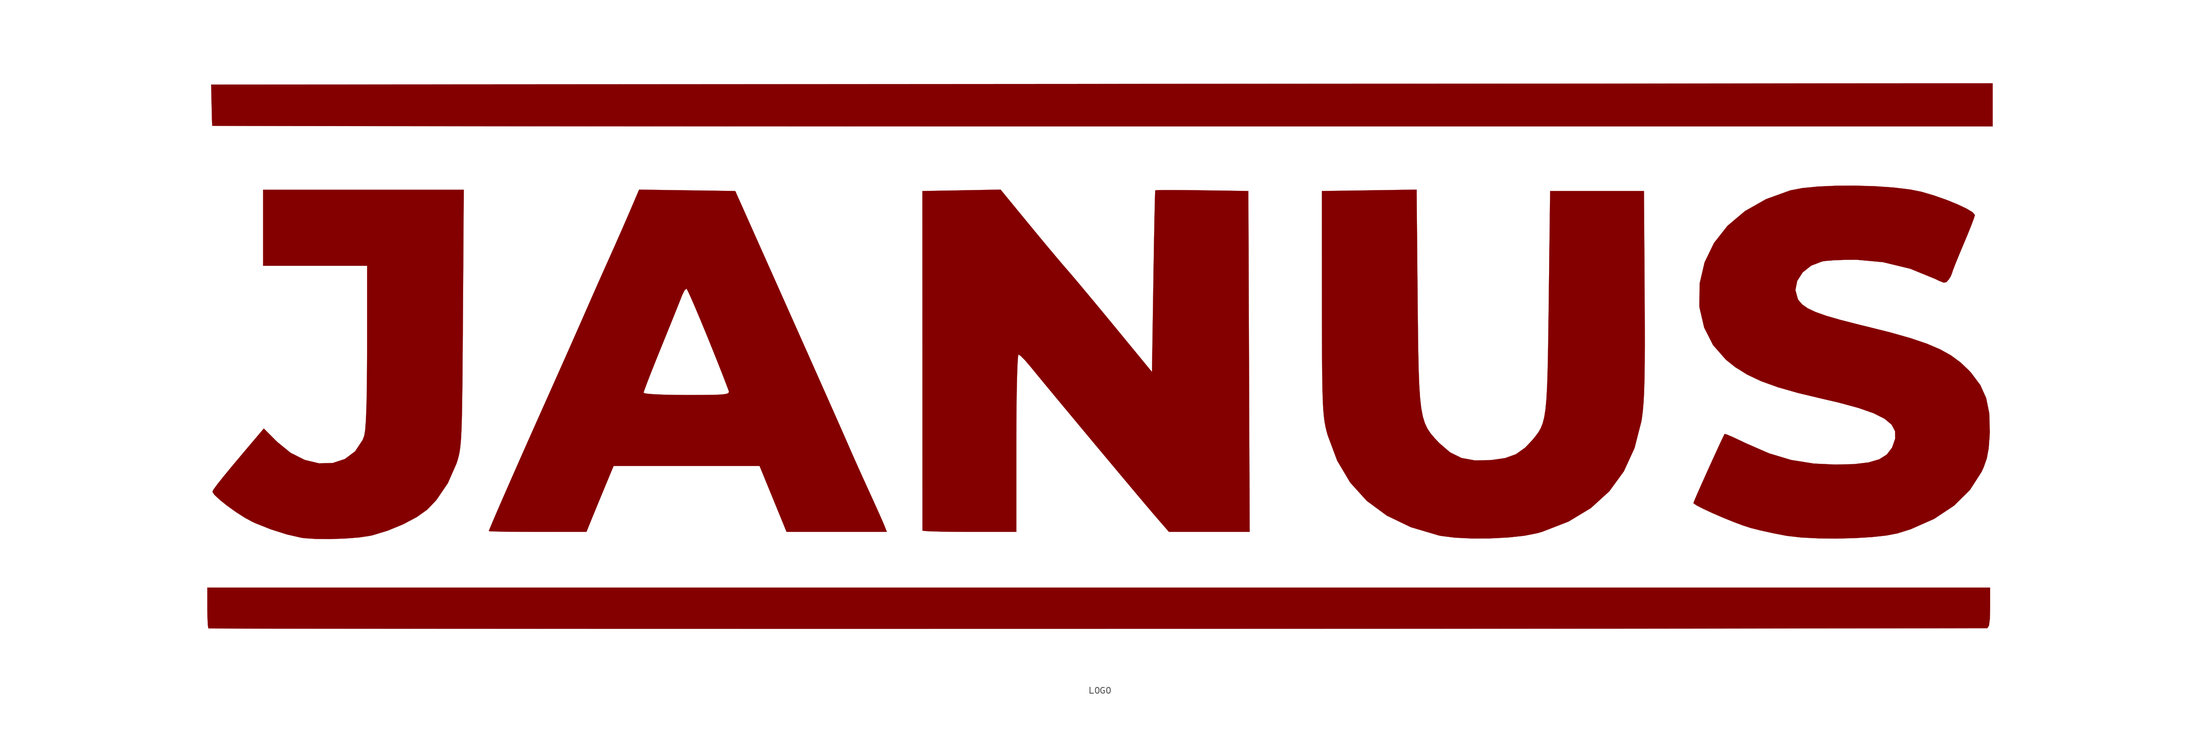
<source format=kicad_sym>
(kicad_symbol_lib
  (version 20220914)
  (generator "bitmap2component")
  (generator_version "8.0")
  (symbol "LOGO"
    (pin_names
      (offset 1.016))
    (property "Reference" "#G"
      (at 0 43.815 0)
      (effects (font (size 1.27 1.27)) hide))
    (symbol "LOGO_0_0"
      (polyline (pts (xy -25.123 -38.194) (xy -17.046 -38.193) (xy -8.894 -38.192) (xy -0.696 -38.19) (xy 7.517 -38.189) (xy 15.715 -38.187) (xy 23.868 -38.184) (xy 31.945 -38.181) (xy 39.916 -38.178) (xy 47.75 -38.175) (xy 55.417 -38.171) (xy 62.888 -38.167) (xy 70.131 -38.162) (xy 77.117 -38.158) (xy 83.814 -38.153) (xy 90.193 -38.147) (xy 96.223 -38.141) (xy 101.875 -38.135) (xy 107.117 -38.129) (xy 111.919 -38.123) (xy 116.251 -38.116) (xy 120.083 -38.108) (xy 123.384 -38.101) (xy 123.449 -38.088) (xy 123.666 -37.728) (xy 123.787 -36.816) (xy 123.825 -35.278) (xy 123.825 -32.456) (xy -0.176 -32.456) (xy -124.178 -32.456) (xy -124.178 -35.219) (xy -124.177 -35.544) (xy -124.152 -36.809) (xy -124.1 -37.732) (xy -124.031 -38.129) (xy -123.823 -38.135) (xy -122.95 -38.142) (xy -121.425 -38.148) (xy -119.279 -38.154) (xy -116.541 -38.159) (xy -113.242 -38.164) (xy -109.413 -38.169) (xy -105.082 -38.173) (xy -100.282 -38.177) (xy -95.042 -38.18) (xy -89.392 -38.183) (xy -83.364 -38.186) (xy -76.986 -38.188) (xy -70.29 -38.19) (xy -63.306 -38.192) (xy -56.063 -38.193) (xy -48.594 -38.194) (xy -40.927 -38.194) (xy -33.093 -38.194) (xy -25.123 -38.194)) (stroke (width 0.01) (type default)) (fill (type outline)))
      (polyline (pts (xy -104.999 -25.621) (xy -103.07 -25.47) (xy -101.556 -25.245) (xy -101.15 -25.153) (xy -99.052 -24.512) (xy -96.936 -23.637) (xy -95.043 -22.635) (xy -93.611 -21.617) (xy -92.324 -20.281) (xy -90.718 -17.912) (xy -89.525 -15.199) (xy -89.36 -14.691) (xy -89.211 -14.155) (xy -89.088 -13.562) (xy -88.986 -12.847) (xy -88.904 -11.947) (xy -88.838 -10.794) (xy -88.785 -9.326) (xy -88.744 -7.477) (xy -88.71 -5.182) (xy -88.681 -2.377) (xy -88.654 1.005) (xy -88.626 5.027) (xy -88.506 22.931) (xy -102.461 22.931) (xy -116.417 22.931) (xy -116.417 17.639) (xy -116.417 12.347) (xy -109.185 12.347) (xy -101.953 12.347) (xy -101.953 1.111) (xy -101.955 -0.353) (xy -101.979 -3.937) (xy -102.031 -6.83) (xy -102.111 -9.027) (xy -102.219 -10.527) (xy -102.354 -11.324) (xy -102.585 -11.917) (xy -103.621 -13.481) (xy -105.038 -14.547) (xy -106.74 -15.107) (xy -108.63 -15.156) (xy -110.612 -14.686) (xy -112.591 -13.691) (xy -114.469 -12.163) (xy -116.324 -10.308) (xy -118.457 -12.827) (xy -118.979 -13.444) (xy -120.676 -15.466) (xy -121.944 -17.005) (xy -122.813 -18.098) (xy -123.312 -18.785) (xy -123.472 -19.1) (xy -123.204 -19.527) (xy -122.477 -20.213) (xy -121.438 -21.045) (xy -120.236 -21.909) (xy -119.017 -22.694) (xy -117.929 -23.29) (xy -117.492 -23.491) (xy -115.356 -24.341) (xy -113.116 -25.052) (xy -111.125 -25.509) (xy -110.711 -25.567) (xy -109.077 -25.677) (xy -107.087 -25.692) (xy -104.999 -25.621)) (stroke (width 0.01) (type default)) (fill (type outline)))
      (polyline (pts (xy 54.288 -25.603) (xy 56.803 -25.472) (xy 59.066 -25.227) (xy 60.854 -24.872) (xy 61.539 -24.674) (xy 65.175 -23.262) (xy 68.277 -21.389) (xy 70.843 -19.059) (xy 72.872 -16.272) (xy 74.361 -13.031) (xy 75.308 -9.337) (xy 75.385 -8.864) (xy 75.513 -7.854) (xy 75.614 -6.673) (xy 75.689 -5.243) (xy 75.742 -3.49) (xy 75.774 -1.335) (xy 75.787 1.296) (xy 75.783 4.48) (xy 75.763 8.293) (xy 75.671 22.754) (xy 69.144 22.754) (xy 62.618 22.754) (xy 62.426 7.408) (xy 62.379 3.776) (xy 62.329 0.482) (xy 62.272 -2.237) (xy 62.199 -4.449) (xy 62.102 -6.221) (xy 61.972 -7.622) (xy 61.802 -8.718) (xy 61.583 -9.579) (xy 61.307 -10.271) (xy 60.965 -10.862) (xy 60.549 -11.42) (xy 60.051 -12.012) (xy 59.14 -12.97) (xy 57.866 -13.88) (xy 56.358 -14.422) (xy 54.389 -14.704) (xy 52.137 -14.745) (xy 50.283 -14.406) (xy 48.699 -13.623) (xy 47.204 -12.336) (xy 47.202 -12.334) (xy 46.553 -11.65) (xy 46.009 -11.008) (xy 45.562 -10.34) (xy 45.2 -9.579) (xy 44.913 -8.657) (xy 44.693 -7.505) (xy 44.528 -6.056) (xy 44.408 -4.241) (xy 44.324 -1.992) (xy 44.265 0.757) (xy 44.221 4.077) (xy 44.182 8.033) (xy 44.043 22.946) (xy 37.456 22.85) (xy 30.868 22.754) (xy 30.874 7.232) (xy 30.874 6.347) (xy 30.879 2.717) (xy 30.89 -0.295) (xy 30.911 -2.761) (xy 30.943 -4.753) (xy 30.99 -6.342) (xy 31.055 -7.6) (xy 31.139 -8.599) (xy 31.246 -9.411) (xy 31.378 -10.107) (xy 31.537 -10.76) (xy 31.67 -11.24) (xy 32.995 -14.786) (xy 34.801 -17.826) (xy 37.103 -20.375) (xy 39.913 -22.443) (xy 43.247 -24.045) (xy 47.117 -25.192) (xy 47.457 -25.262) (xy 49.392 -25.503) (xy 51.743 -25.616) (xy 54.288 -25.603)) (stroke (width 0.01) (type default)) (fill (type outline)))
      (polyline (pts (xy 104.94 -25.566) (xy 107.34 -25.422) (xy 109.404 -25.199) (xy 110.949 -24.9) (xy 112.773 -24.329) (xy 116.04 -22.884) (xy 118.803 -21.051) (xy 121.014 -18.866) (xy 122.626 -16.362) (xy 122.918 -15.732) (xy 123.361 -14.476) (xy 123.62 -13.088) (xy 123.76 -11.283) (xy 123.78 -10.779) (xy 123.707 -8.2) (xy 123.28 -6.073) (xy 122.45 -4.237) (xy 121.17 -2.534) (xy 120.87 -2.208) (xy 119.706 -1.102) (xy 118.405 -0.141) (xy 116.875 0.714) (xy 115.02 1.505) (xy 112.749 2.275) (xy 109.967 3.064) (xy 106.58 3.913) (xy 105.588 4.154) (xy 103.006 4.814) (xy 101.008 5.394) (xy 99.51 5.925) (xy 98.429 6.44) (xy 97.68 6.971) (xy 97.18 7.55) (xy 97.076 7.724) (xy 96.74 8.967) (xy 96.991 10.243) (xy 97.749 11.422) (xy 98.934 12.368) (xy 100.464 12.951) (xy 100.874 13.015) (xy 102.077 13.115) (xy 103.632 13.174) (xy 105.304 13.181) (xy 108.923 12.849) (xy 112.708 11.934) (xy 116.216 10.503) (xy 116.702 10.26) (xy 117.359 10.001) (xy 117.737 10.062) (xy 118.068 10.435) (xy 118.346 10.868) (xy 118.533 11.341) (xy 118.642 11.692) (xy 118.979 12.571) (xy 119.491 13.829) (xy 120.121 15.327) (xy 120.691 16.687) (xy 121.219 18.002) (xy 121.576 18.96) (xy 121.708 19.418) (xy 121.708 19.42) (xy 121.389 19.798) (xy 120.526 20.317) (xy 119.253 20.919) (xy 117.702 21.545) (xy 116.007 22.139) (xy 114.3 22.642) (xy 112.737 22.958) (xy 110.482 23.234) (xy 107.897 23.416) (xy 105.155 23.502) (xy 102.426 23.49) (xy 99.881 23.377) (xy 97.691 23.163) (xy 96.028 22.845) (xy 92.65 21.623) (xy 89.715 19.96) (xy 87.288 17.909) (xy 85.406 15.516) (xy 84.103 12.826) (xy 83.416 9.885) (xy 83.381 6.737) (xy 83.406 6.493) (xy 84.044 3.745) (xy 85.279 1.308) (xy 87.068 -0.73) (xy 88.362 -1.762) (xy 90.021 -2.799) (xy 91.964 -3.718) (xy 94.295 -4.559) (xy 97.119 -5.366) (xy 100.542 -6.182) (xy 102.73 -6.691) (xy 105.484 -7.436) (xy 107.604 -8.178) (xy 109.136 -8.946) (xy 110.12 -9.77) (xy 110.6 -10.68) (xy 110.62 -11.704) (xy 110.221 -12.873) (xy 110.155 -13.005) (xy 109.459 -13.922) (xy 108.41 -14.586) (xy 106.925 -15.024) (xy 104.918 -15.262) (xy 102.306 -15.325) (xy 99.297 -15.187) (xy 96.133 -14.684) (xy 93.056 -13.754) (xy 89.803 -12.334) (xy 89.211 -12.046) (xy 88.058 -11.507) (xy 87.237 -11.155) (xy 86.899 -11.055) (xy 86.881 -11.082) (xy 86.643 -11.554) (xy 86.198 -12.5) (xy 85.608 -13.78) (xy 84.936 -15.255) (xy 84.245 -16.786) (xy 83.597 -18.233) (xy 83.058 -19.457) (xy 82.687 -20.32) (xy 82.55 -20.681) (xy 82.574 -20.727) (xy 83.032 -21.035) (xy 83.962 -21.51) (xy 85.214 -22.089) (xy 86.642 -22.707) (xy 88.096 -23.298) (xy 89.429 -23.799) (xy 90.491 -24.144) (xy 90.512 -24.15) (xy 91.963 -24.514) (xy 93.726 -24.901) (xy 95.426 -25.229) (xy 95.634 -25.263) (xy 97.551 -25.478) (xy 99.862 -25.597) (xy 102.387 -25.625) (xy 104.94 -25.566)) (stroke (width 0.01) (type default)) (fill (type outline)))
      (polyline (pts (xy -29.958 -23.901) (xy -29.977 -23.852) (xy -30.271 -23.165) (xy -30.784 -22.007) (xy -31.451 -20.526) (xy -32.204 -18.874) (xy -33.017 -17.087) (xy -33.832 -15.277) (xy -34.541 -13.686) (xy -35.047 -12.524) (xy -35.093 -12.416) (xy -35.472 -11.551) (xy -36.099 -10.127) (xy -36.945 -8.216) (xy -37.977 -5.888) (xy -39.165 -3.214) (xy -40.476 -0.266) (xy -41.88 2.887) (xy -43.344 6.174) (xy -50.737 22.754) (xy -57.426 22.85) (xy -64.115 22.945) (xy -65.44 19.851) (xy -65.757 19.116) (xy -66.595 17.193) (xy -67.51 15.118) (xy -68.354 13.229) (xy -68.979 11.834) (xy -69.917 9.724) (xy -70.898 7.503) (xy -71.791 5.468) (xy -72.179 4.582) (xy -73.001 2.72) (xy -74.002 0.456) (xy -75.119 -2.057) (xy -76.282 -4.67) (xy -76.582 -5.343) (xy -63.5 -5.343) (xy -63.5 -5.341) (xy -63.37 -4.927) (xy -63.014 -3.969) (xy -62.472 -2.574) (xy -61.788 -0.85) (xy -61.003 1.096) (xy -60.231 2.997) (xy -59.483 4.847) (xy -58.854 6.413) (xy -58.392 7.572) (xy -58.146 8.202) (xy -57.822 8.88) (xy -57.532 9.172) (xy -57.516 9.16) (xy -57.286 8.735) (xy -56.85 7.777) (xy -56.252 6.393) (xy -55.533 4.685) (xy -54.738 2.76) (xy -53.911 0.722) (xy -53.093 -1.326) (xy -52.329 -3.277) (xy -51.661 -5.027) (xy -51.621 -5.178) (xy -51.686 -5.362) (xy -51.991 -5.49) (xy -52.628 -5.572) (xy -53.69 -5.619) (xy -55.272 -5.64) (xy -57.465 -5.644) (xy -59.074 -5.633) (xy -60.839 -5.593) (xy -62.241 -5.527) (xy -63.166 -5.441) (xy -63.5 -5.343) (xy -76.582 -5.343) (xy -77.426 -7.232) (xy -78.463 -9.555) (xy -79.744 -12.437) (xy -80.956 -15.175) (xy -82.067 -17.698) (xy -83.047 -19.935) (xy -83.863 -21.814) (xy -84.485 -23.263) (xy -84.88 -24.211) (xy -85.019 -24.586) (xy -85.016 -24.59) (xy -84.618 -24.623) (xy -83.633 -24.651) (xy -82.167 -24.674) (xy -80.33 -24.688) (xy -78.228 -24.693) (xy -71.438 -24.692) (xy -70.759 -23.017) (xy -70.667 -22.791) (xy -70.156 -21.545) (xy -69.519 -19.998) (xy -68.871 -18.433) (xy -67.663 -15.522) (xy -57.511 -15.522) (xy -47.358 -15.522) (xy -45.481 -20.108) (xy -43.605 -24.694) (xy -36.628 -24.694) (xy -29.651 -24.694) (xy -29.958 -23.901)) (stroke (width 0.01) (type default)) (fill (type outline)))
      (polyline (pts (xy -11.642 -12.347) (xy -11.635 -9.826) (xy -11.613 -7.156) (xy -11.578 -4.793) (xy -11.53 -2.816) (xy -11.473 -1.305) (xy -11.408 -0.339) (xy -11.337 0) (xy -11.04 -0.194) (xy -10.425 -0.813) (xy -9.661 -1.708) (xy -9.493 -1.915) (xy -8.672 -2.919) (xy -7.494 -4.348) (xy -6.03 -6.115) (xy -4.355 -8.13) (xy -2.543 -10.307) (xy -0.666 -12.557) (xy 1.201 -14.793) (xy 2.986 -16.925) (xy 4.614 -18.867) (xy 6.013 -20.529) (xy 7.109 -21.825) (xy 7.829 -22.666) (xy 9.588 -24.694) (xy 15.203 -24.694) (xy 20.819 -24.694) (xy 20.728 -0.97) (xy 20.637 22.754) (xy 14.199 22.85) (xy 12.232 22.875) (xy 10.431 22.888) (xy 8.998 22.889) (xy 8.047 22.876) (xy 7.689 22.85) (xy 7.668 22.53) (xy 7.639 21.58) (xy 7.602 20.078) (xy 7.561 18.106) (xy 7.516 15.742) (xy 7.47 13.067) (xy 7.424 10.161) (xy 7.232 -2.432) (xy 2.117 3.792) (xy 1.54 4.493) (xy -0.032 6.396) (xy -1.522 8.189) (xy -2.838 9.763) (xy -3.89 11.009) (xy -4.586 11.818) (xy -4.995 12.289) (xy -5.976 13.443) (xy -7.215 14.92) (xy -8.596 16.581) (xy -10 18.284) (xy -13.827 22.948) (xy -19.269 22.851) (xy -24.71 22.754) (xy -24.706 -0.794) (xy -24.706 -2.761) (xy -24.705 -6.677) (xy -24.704 -10.355) (xy -24.703 -13.736) (xy -24.703 -16.762) (xy -24.701 -19.374) (xy -24.701 -21.514) (xy -24.7 -23.123) (xy -24.699 -24.144) (xy -24.698 -24.518) (xy -24.364 -24.573) (xy -23.434 -24.622) (xy -22.019 -24.66) (xy -20.227 -24.685) (xy -18.168 -24.694) (xy -11.642 -24.694) (xy -11.642 -12.347)) (stroke (width 0.01) (type default)) (fill (type outline)))
      (polyline (pts (xy 124.178 34.749) (xy 124.178 37.748) (xy 0.265 37.66) (xy -123.649 37.571) (xy -123.586 34.749) (xy -123.577 34.363) (xy -123.545 33.106) (xy -123.517 32.206) (xy -123.498 31.838) (xy -123.29 31.833) (xy -122.415 31.827) (xy -120.879 31.82) (xy -118.708 31.814) (xy -115.925 31.808) (xy -112.558 31.802) (xy -108.63 31.797) (xy -104.167 31.791) (xy -99.195 31.786) (xy -93.738 31.781) (xy -87.822 31.776) (xy -81.472 31.772) (xy -74.713 31.768) (xy -67.571 31.765) (xy -60.07 31.761) (xy -52.236 31.758) (xy -44.094 31.756) (xy -35.669 31.754) (xy -26.987 31.752) (xy -18.072 31.751) (xy -8.951 31.75) (xy 0.353 31.75) (xy 124.178 31.75) (xy 124.178 34.749)) (stroke (width 0.01) (type default)) (fill (type outline))))))
</source>
